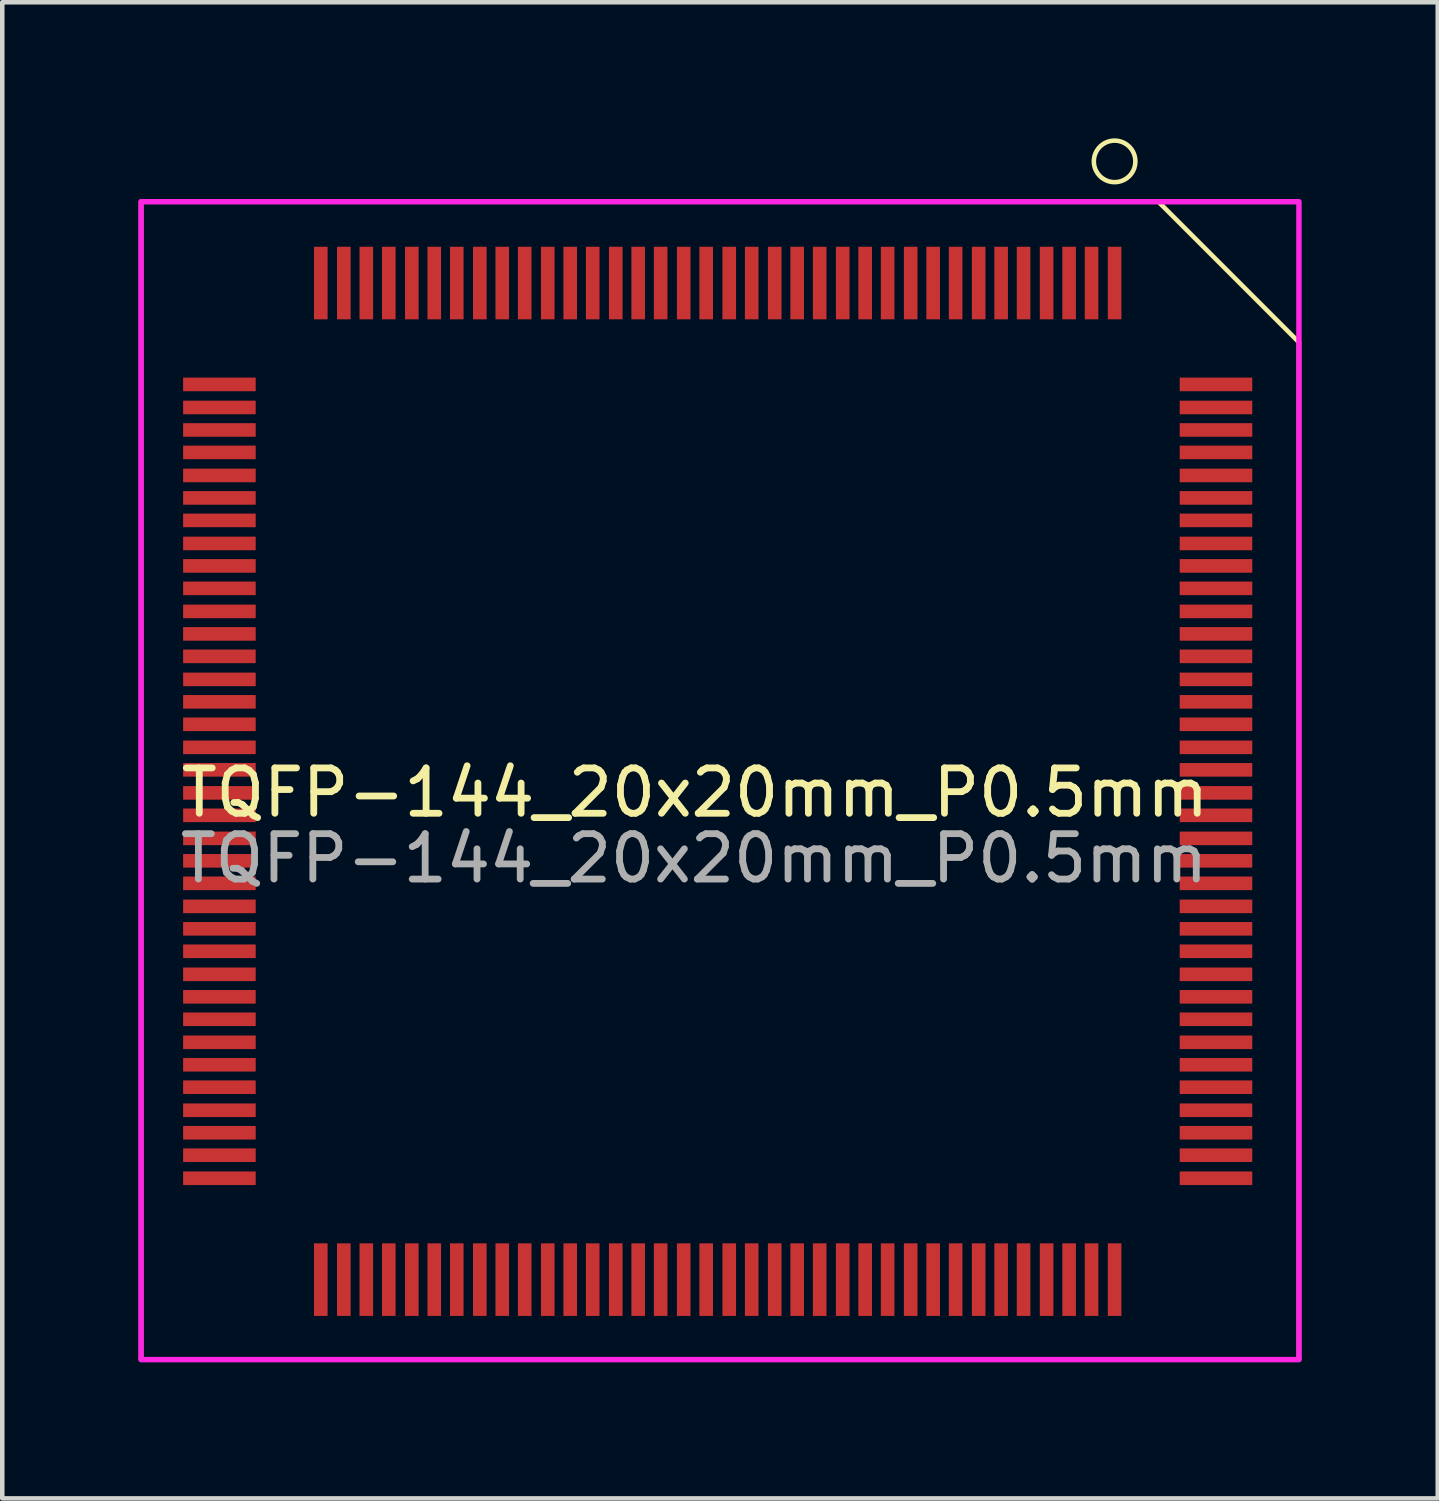
<source format=kicad_pcb>
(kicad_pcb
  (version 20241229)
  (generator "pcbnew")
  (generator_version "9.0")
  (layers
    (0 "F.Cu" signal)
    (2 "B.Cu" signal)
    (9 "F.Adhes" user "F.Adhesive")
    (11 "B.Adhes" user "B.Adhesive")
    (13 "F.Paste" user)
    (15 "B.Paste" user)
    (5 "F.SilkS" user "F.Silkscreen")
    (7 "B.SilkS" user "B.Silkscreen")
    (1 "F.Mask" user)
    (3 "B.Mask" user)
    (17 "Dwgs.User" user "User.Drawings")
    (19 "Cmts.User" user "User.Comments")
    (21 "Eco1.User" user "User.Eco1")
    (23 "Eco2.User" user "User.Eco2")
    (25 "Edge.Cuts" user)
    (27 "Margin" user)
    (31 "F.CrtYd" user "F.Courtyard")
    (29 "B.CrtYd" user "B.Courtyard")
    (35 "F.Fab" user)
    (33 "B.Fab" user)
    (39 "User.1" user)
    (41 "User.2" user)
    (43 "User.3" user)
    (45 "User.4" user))
  (footprint "TQFP-144_20x20mm_P0.5mm"
    (layer "F.Cu")
    (at 21.523 3.175)
    (property "Reference" "TQFP-144_20x20mm_P0.5mm" (at -9.251 11.25 0) (layer "F.SilkS") (effects (font (size 1 1) (thickness 0.15))))
    (attr smd)
    (fp_line (start -21.463 -1.778) (end -21.463 23.749) (stroke (width 0.1) (type solid)) (layer "F.SilkS"))
    (fp_line (start -21.463 -1.778) (end 0.965 -1.778) (stroke (width 0.1) (type solid)) (layer "F.SilkS"))
    (fp_line (start 4.064 1.321) (end 0.965 -1.778) (stroke (width 0.1) (type solid)) (layer "F.SilkS"))
    (fp_line (start 4.064 1.321) (end 4.064 23.749) (stroke (width 0.1) (type solid)) (layer "F.SilkS"))
    (fp_line (start 4.064 23.749) (end -21.463 23.749) (stroke (width 0.1) (type solid)) (layer "F.SilkS"))
    (fp_circle (center 0 -2.667) (end -0.381 -2.921) (stroke (width 0.1) (type solid)) (fill no) (layer "F.SilkS"))
    (fp_rect (start -21.463 -1.778) (end 4.064 23.749) (stroke (width 0.12) (type solid)) (fill no) (layer "F.CrtYd"))
    (fp_text user "${REFERENCE}" (at -9.271 12.7 0) (layer "F.Fab") (effects (font (size 1 1) (thickness 0.15))))
    (pad "1" smd rect (at 0 0.015) (size 0.3 1.6) (layers "F.Cu" "F.Mask" "F.Paste"))
    (pad "2" smd rect (at -0.508 0.015) (size 0.3 1.6) (layers "F.Cu" "F.Mask" "F.Paste"))
    (pad "3" smd rect (at -1.003 0.015) (size 0.3 1.6) (layers "F.Cu" "F.Mask" "F.Paste"))
    (pad "4" smd rect (at -1.499 0.015) (size 0.3 1.6) (layers "F.Cu" "F.Mask" "F.Paste"))
    (pad "5" smd rect (at -2.007 0.015) (size 0.3 1.6) (layers "F.Cu" "F.Mask" "F.Paste"))
    (pad "6" smd rect (at -2.502 0.015) (size 0.3 1.6) (layers "F.Cu" "F.Mask" "F.Paste"))
    (pad "7" smd rect (at -2.997 0.015) (size 0.3 1.6) (layers "F.Cu" "F.Mask" "F.Paste"))
    (pad "8" smd rect (at -3.505 0.015) (size 0.3 1.6) (layers "F.Cu" "F.Mask" "F.Paste"))
    (pad "9" smd rect (at -4 0.015) (size 0.3 1.6) (layers "F.Cu" "F.Mask" "F.Paste"))
    (pad "10" smd rect (at -4.496 0.015) (size 0.3 1.6) (layers "F.Cu" "F.Mask" "F.Paste"))
    (pad "11" smd rect (at -5.004 0.015) (size 0.3 1.6) (layers "F.Cu" "F.Mask" "F.Paste"))
    (pad "12" smd rect (at -5.499 0.015) (size 0.3 1.6) (layers "F.Cu" "F.Mask" "F.Paste"))
    (pad "13" smd rect (at -5.994 0.015) (size 0.3 1.6) (layers "F.Cu" "F.Mask" "F.Paste"))
    (pad "14" smd rect (at -6.502 0.015) (size 0.3 1.6) (layers "F.Cu" "F.Mask" "F.Paste"))
    (pad "15" smd rect (at -6.998 0.015) (size 0.3 1.6) (layers "F.Cu" "F.Mask" "F.Paste"))
    (pad "16" smd rect (at -7.493 0.015) (size 0.3 1.6) (layers "F.Cu" "F.Mask" "F.Paste"))
    (pad "17" smd rect (at -8.001 0.015) (size 0.3 1.6) (layers "F.Cu" "F.Mask" "F.Paste"))
    (pad "18" smd rect (at -8.496 0.015) (size 0.3 1.6) (layers "F.Cu" "F.Mask" "F.Paste"))
    (pad "19" smd rect (at -9.004 0.015) (size 0.3 1.6) (layers "F.Cu" "F.Mask" "F.Paste"))
    (pad "20" smd rect (at -9.5 0.015) (size 0.3 1.6) (layers "F.Cu" "F.Mask" "F.Paste"))
    (pad "21" smd rect (at -10.008 0.015) (size 0.3 1.6) (layers "F.Cu" "F.Mask" "F.Paste"))
    (pad "22" smd rect (at -10.503 0.015) (size 0.3 1.6) (layers "F.Cu" "F.Mask" "F.Paste"))
    (pad "23" smd rect (at -10.998 0.015) (size 0.3 1.6) (layers "F.Cu" "F.Mask" "F.Paste"))
    (pad "24" smd rect (at -11.506 0.015) (size 0.3 1.6) (layers "F.Cu" "F.Mask" "F.Paste"))
    (pad "25" smd rect (at -12.002 0.015) (size 0.3 1.6) (layers "F.Cu" "F.Mask" "F.Paste"))
    (pad "26" smd rect (at -12.497 0.015) (size 0.3 1.6) (layers "F.Cu" "F.Mask" "F.Paste"))
    (pad "27" smd rect (at -13.005 0.015) (size 0.3 1.6) (layers "F.Cu" "F.Mask" "F.Paste"))
    (pad "28" smd rect (at -13.5 0.015) (size 0.3 1.6) (layers "F.Cu" "F.Mask" "F.Paste"))
    (pad "29" smd rect (at -13.995 0.015) (size 0.3 1.6) (layers "F.Cu" "F.Mask" "F.Paste"))
    (pad "30" smd rect (at -14.503 0.015) (size 0.3 1.6) (layers "F.Cu" "F.Mask" "F.Paste"))
    (pad "31" smd rect (at -14.999 0.015) (size 0.3 1.6) (layers "F.Cu" "F.Mask" "F.Paste"))
    (pad "32" smd rect (at -15.494 0.015) (size 0.3 1.6) (layers "F.Cu" "F.Mask" "F.Paste"))
    (pad "33" smd rect (at -16.002 0.015) (size 0.3 1.6) (layers "F.Cu" "F.Mask" "F.Paste"))
    (pad "34" smd rect (at -16.497 0.015) (size 0.3 1.6) (layers "F.Cu" "F.Mask" "F.Paste"))
    (pad "35" smd rect (at -16.993 0.015) (size 0.3 1.6) (layers "F.Cu" "F.Mask" "F.Paste"))
    (pad "36" smd rect (at -17.501 0.015) (size 0.3 1.6) (layers "F.Cu" "F.Mask" "F.Paste"))
    (pad "37" smd rect (at -19.736 2.25) (size 1.6 0.3) (layers "F.Cu" "F.Mask" "F.Paste"))
    (pad "38" smd rect (at -19.736 2.758) (size 1.6 0.3) (layers "F.Cu" "F.Mask" "F.Paste"))
    (pad "39" smd rect (at -19.736 3.254) (size 1.6 0.3) (layers "F.Cu" "F.Mask" "F.Paste"))
    (pad "40" smd rect (at -19.736 3.749) (size 1.6 0.3) (layers "F.Cu" "F.Mask" "F.Paste"))
    (pad "41" smd rect (at -19.736 4.257) (size 1.6 0.3) (layers "F.Cu" "F.Mask" "F.Paste"))
    (pad "42" smd rect (at -19.736 4.752) (size 1.6 0.3) (layers "F.Cu" "F.Mask" "F.Paste"))
    (pad "43" smd rect (at -19.736 5.248) (size 1.6 0.3) (layers "F.Cu" "F.Mask" "F.Paste"))
    (pad "44" smd rect (at -19.736 5.756) (size 1.6 0.3) (layers "F.Cu" "F.Mask" "F.Paste"))
    (pad "45" smd rect (at -19.736 6.251) (size 1.6 0.3) (layers "F.Cu" "F.Mask" "F.Paste"))
    (pad "46" smd rect (at -19.736 6.746) (size 1.6 0.3) (layers "F.Cu" "F.Mask" "F.Paste"))
    (pad "47" smd rect (at -19.736 7.254) (size 1.6 0.3) (layers "F.Cu" "F.Mask" "F.Paste"))
    (pad "48" smd rect (at -19.736 7.75) (size 1.6 0.3) (layers "F.Cu" "F.Mask" "F.Paste"))
    (pad "49" smd rect (at -19.736 8.245) (size 1.6 0.3) (layers "F.Cu" "F.Mask" "F.Paste"))
    (pad "50" smd rect (at -19.736 8.753) (size 1.6 0.3) (layers "F.Cu" "F.Mask" "F.Paste"))
    (pad "51" smd rect (at -19.736 9.248) (size 1.6 0.3) (layers "F.Cu" "F.Mask" "F.Paste"))
    (pad "52" smd rect (at -19.736 9.743) (size 1.6 0.3) (layers "F.Cu" "F.Mask" "F.Paste"))
    (pad "53" smd rect (at -19.736 10.251) (size 1.6 0.3) (layers "F.Cu" "F.Mask" "F.Paste"))
    (pad "54" smd rect (at -19.736 10.747) (size 1.6 0.3) (layers "F.Cu" "F.Mask" "F.Paste"))
    (pad "55" smd rect (at -19.736 11.255) (size 1.6 0.3) (layers "F.Cu" "F.Mask" "F.Paste"))
    (pad "56" smd rect (at -19.736 11.75) (size 1.6 0.3) (layers "F.Cu" "F.Mask" "F.Paste"))
    (pad "57" smd rect (at -19.736 12.258) (size 1.6 0.3) (layers "F.Cu" "F.Mask" "F.Paste"))
    (pad "58" smd rect (at -19.736 12.753) (size 1.6 0.3) (layers "F.Cu" "F.Mask" "F.Paste"))
    (pad "59" smd rect (at -19.736 13.249) (size 1.6 0.3) (layers "F.Cu" "F.Mask" "F.Paste"))
    (pad "60" smd rect (at -19.736 13.757) (size 1.6 0.3) (layers "F.Cu" "F.Mask" "F.Paste"))
    (pad "61" smd rect (at -19.736 14.252) (size 1.6 0.3) (layers "F.Cu" "F.Mask" "F.Paste"))
    (pad "62" smd rect (at -19.736 14.747) (size 1.6 0.3) (layers "F.Cu" "F.Mask" "F.Paste"))
    (pad "63" smd rect (at -19.736 15.255) (size 1.6 0.3) (layers "F.Cu" "F.Mask" "F.Paste"))
    (pad "64" smd rect (at -19.736 15.751) (size 1.6 0.3) (layers "F.Cu" "F.Mask" "F.Paste"))
    (pad "65" smd rect (at -19.736 16.246) (size 1.6 0.3) (layers "F.Cu" "F.Mask" "F.Paste"))
    (pad "66" smd rect (at -19.736 16.754) (size 1.6 0.3) (layers "F.Cu" "F.Mask" "F.Paste"))
    (pad "67" smd rect (at -19.736 17.249) (size 1.6 0.3) (layers "F.Cu" "F.Mask" "F.Paste"))
    (pad "68" smd rect (at -19.736 17.744) (size 1.6 0.3) (layers "F.Cu" "F.Mask" "F.Paste"))
    (pad "69" smd rect (at -19.736 18.252) (size 1.6 0.3) (layers "F.Cu" "F.Mask" "F.Paste"))
    (pad "70" smd rect (at -19.736 18.748) (size 1.6 0.3) (layers "F.Cu" "F.Mask" "F.Paste"))
    (pad "71" smd rect (at -19.736 19.243) (size 1.6 0.3) (layers "F.Cu" "F.Mask" "F.Paste"))
    (pad "72" smd rect (at -19.736 19.751) (size 1.6 0.3) (layers "F.Cu" "F.Mask" "F.Paste"))
    (pad "73" smd rect (at -17.501 21.986) (size 0.3 1.6) (layers "F.Cu" "F.Mask" "F.Paste"))
    (pad "74" smd rect (at -16.993 21.986) (size 0.3 1.6) (layers "F.Cu" "F.Mask" "F.Paste"))
    (pad "75" smd rect (at -16.497 21.986) (size 0.3 1.6) (layers "F.Cu" "F.Mask" "F.Paste"))
    (pad "76" smd rect (at -16.002 21.986) (size 0.3 1.6) (layers "F.Cu" "F.Mask" "F.Paste"))
    (pad "77" smd rect (at -15.494 21.986) (size 0.3 1.6) (layers "F.Cu" "F.Mask" "F.Paste"))
    (pad "78" smd rect (at -14.999 21.986) (size 0.3 1.6) (layers "F.Cu" "F.Mask" "F.Paste"))
    (pad "79" smd rect (at -14.503 21.986) (size 0.3 1.6) (layers "F.Cu" "F.Mask" "F.Paste"))
    (pad "80" smd rect (at -13.995 21.986) (size 0.3 1.6) (layers "F.Cu" "F.Mask" "F.Paste"))
    (pad "81" smd rect (at -13.5 21.986) (size 0.3 1.6) (layers "F.Cu" "F.Mask" "F.Paste"))
    (pad "82" smd rect (at -13.005 21.986) (size 0.3 1.6) (layers "F.Cu" "F.Mask" "F.Paste"))
    (pad "83" smd rect (at -12.497 21.986) (size 0.3 1.6) (layers "F.Cu" "F.Mask" "F.Paste"))
    (pad "84" smd rect (at -12.002 21.986) (size 0.3 1.6) (layers "F.Cu" "F.Mask" "F.Paste"))
    (pad "85" smd rect (at -11.506 21.986) (size 0.3 1.6) (layers "F.Cu" "F.Mask" "F.Paste"))
    (pad "86" smd rect (at -10.998 21.986) (size 0.3 1.6) (layers "F.Cu" "F.Mask" "F.Paste"))
    (pad "87" smd rect (at -10.503 21.986) (size 0.3 1.6) (layers "F.Cu" "F.Mask" "F.Paste"))
    (pad "88" smd rect (at -10.008 21.986) (size 0.3 1.6) (layers "F.Cu" "F.Mask" "F.Paste"))
    (pad "89" smd rect (at -9.5 21.986) (size 0.3 1.6) (layers "F.Cu" "F.Mask" "F.Paste"))
    (pad "90" smd rect (at -9.004 21.986) (size 0.3 1.6) (layers "F.Cu" "F.Mask" "F.Paste"))
    (pad "91" smd rect (at -8.496 21.986) (size 0.3 1.6) (layers "F.Cu" "F.Mask" "F.Paste"))
    (pad "92" smd rect (at -8.001 21.986) (size 0.3 1.6) (layers "F.Cu" "F.Mask" "F.Paste"))
    (pad "93" smd rect (at -7.493 21.986) (size 0.3 1.6) (layers "F.Cu" "F.Mask" "F.Paste"))
    (pad "94" smd rect (at -6.998 21.986) (size 0.3 1.6) (layers "F.Cu" "F.Mask" "F.Paste"))
    (pad "95" smd rect (at -6.502 21.986) (size 0.3 1.6) (layers "F.Cu" "F.Mask" "F.Paste"))
    (pad "96" smd rect (at -5.994 21.986) (size 0.3 1.6) (layers "F.Cu" "F.Mask" "F.Paste"))
    (pad "97" smd rect (at -5.499 21.986) (size 0.3 1.6) (layers "F.Cu" "F.Mask" "F.Paste"))
    (pad "98" smd rect (at -5.004 21.986) (size 0.3 1.6) (layers "F.Cu" "F.Mask" "F.Paste"))
    (pad "99" smd rect (at -4.496 21.986) (size 0.3 1.6) (layers "F.Cu" "F.Mask" "F.Paste"))
    (pad "100" smd rect (at -4 21.986) (size 0.3 1.6) (layers "F.Cu" "F.Mask" "F.Paste"))
    (pad "101" smd rect (at -3.505 21.986) (size 0.3 1.6) (layers "F.Cu" "F.Mask" "F.Paste"))
    (pad "102" smd rect (at -2.997 21.986) (size 0.3 1.6) (layers "F.Cu" "F.Mask" "F.Paste"))
    (pad "103" smd rect (at -2.502 21.986) (size 0.3 1.6) (layers "F.Cu" "F.Mask" "F.Paste"))
    (pad "104" smd rect (at -2.007 21.986) (size 0.3 1.6) (layers "F.Cu" "F.Mask" "F.Paste"))
    (pad "105" smd rect (at -1.499 21.986) (size 0.3 1.6) (layers "F.Cu" "F.Mask" "F.Paste"))
    (pad "106" smd rect (at -1.003 21.986) (size 0.3 1.6) (layers "F.Cu" "F.Mask" "F.Paste"))
    (pad "107" smd rect (at -0.508 21.986) (size 0.3 1.6) (layers "F.Cu" "F.Mask" "F.Paste"))
    (pad "108" smd rect (at 0 21.986) (size 0.3 1.6) (layers "F.Cu" "F.Mask" "F.Paste"))
    (pad "109" smd rect (at 2.235 19.751) (size 1.6 0.3) (layers "F.Cu" "F.Mask" "F.Paste"))
    (pad "110" smd rect (at 2.235 19.243) (size 1.6 0.3) (layers "F.Cu" "F.Mask" "F.Paste"))
    (pad "111" smd rect (at 2.235 18.748) (size 1.6 0.3) (layers "F.Cu" "F.Mask" "F.Paste"))
    (pad "112" smd rect (at 2.235 18.252) (size 1.6 0.3) (layers "F.Cu" "F.Mask" "F.Paste"))
    (pad "113" smd rect (at 2.235 17.744) (size 1.6 0.3) (layers "F.Cu" "F.Mask" "F.Paste"))
    (pad "114" smd rect (at 2.235 17.249) (size 1.6 0.3) (layers "F.Cu" "F.Mask" "F.Paste"))
    (pad "115" smd rect (at 2.235 16.754) (size 1.6 0.3) (layers "F.Cu" "F.Mask" "F.Paste"))
    (pad "116" smd rect (at 2.235 16.246) (size 1.6 0.3) (layers "F.Cu" "F.Mask" "F.Paste"))
    (pad "117" smd rect (at 2.235 15.751) (size 1.6 0.3) (layers "F.Cu" "F.Mask" "F.Paste"))
    (pad "118" smd rect (at 2.235 15.255) (size 1.6 0.3) (layers "F.Cu" "F.Mask" "F.Paste"))
    (pad "119" smd rect (at 2.235 14.747) (size 1.6 0.3) (layers "F.Cu" "F.Mask" "F.Paste"))
    (pad "120" smd rect (at 2.235 14.252) (size 1.6 0.3) (layers "F.Cu" "F.Mask" "F.Paste"))
    (pad "121" smd rect (at 2.235 13.757) (size 1.6 0.3) (layers "F.Cu" "F.Mask" "F.Paste"))
    (pad "122" smd rect (at 2.235 13.249) (size 1.6 0.3) (layers "F.Cu" "F.Mask" "F.Paste"))
    (pad "123" smd rect (at 2.235 12.753) (size 1.6 0.3) (layers "F.Cu" "F.Mask" "F.Paste"))
    (pad "124" smd rect (at 2.235 12.258) (size 1.6 0.3) (layers "F.Cu" "F.Mask" "F.Paste"))
    (pad "125" smd rect (at 2.235 11.75) (size 1.6 0.3) (layers "F.Cu" "F.Mask" "F.Paste"))
    (pad "126" smd rect (at 2.235 11.255) (size 1.6 0.3) (layers "F.Cu" "F.Mask" "F.Paste"))
    (pad "127" smd rect (at 2.235 10.747) (size 1.6 0.3) (layers "F.Cu" "F.Mask" "F.Paste"))
    (pad "128" smd rect (at 2.235 10.251) (size 1.6 0.3) (layers "F.Cu" "F.Mask" "F.Paste"))
    (pad "129" smd rect (at 2.235 9.743) (size 1.6 0.3) (layers "F.Cu" "F.Mask" "F.Paste"))
    (pad "130" smd rect (at 2.235 9.248) (size 1.6 0.3) (layers "F.Cu" "F.Mask" "F.Paste"))
    (pad "131" smd rect (at 2.235 8.753) (size 1.6 0.3) (layers "F.Cu" "F.Mask" "F.Paste"))
    (pad "132" smd rect (at 2.235 8.245) (size 1.6 0.3) (layers "F.Cu" "F.Mask" "F.Paste"))
    (pad "133" smd rect (at 2.235 7.75) (size 1.6 0.3) (layers "F.Cu" "F.Mask" "F.Paste"))
    (pad "134" smd rect (at 2.235 7.254) (size 1.6 0.3) (layers "F.Cu" "F.Mask" "F.Paste"))
    (pad "135" smd rect (at 2.235 6.746) (size 1.6 0.3) (layers "F.Cu" "F.Mask" "F.Paste"))
    (pad "136" smd rect (at 2.235 6.251) (size 1.6 0.3) (layers "F.Cu" "F.Mask" "F.Paste"))
    (pad "137" smd rect (at 2.235 5.756) (size 1.6 0.3) (layers "F.Cu" "F.Mask" "F.Paste"))
    (pad "138" smd rect (at 2.235 5.248) (size 1.6 0.3) (layers "F.Cu" "F.Mask" "F.Paste"))
    (pad "139" smd rect (at 2.235 4.752) (size 1.6 0.3) (layers "F.Cu" "F.Mask" "F.Paste"))
    (pad "140" smd rect (at 2.235 4.257) (size 1.6 0.3) (layers "F.Cu" "F.Mask" "F.Paste"))
    (pad "141" smd rect (at 2.235 3.749) (size 1.6 0.3) (layers "F.Cu" "F.Mask" "F.Paste"))
    (pad "142" smd rect (at 2.235 3.254) (size 1.6 0.3) (layers "F.Cu" "F.Mask" "F.Paste"))
    (pad "143" smd rect (at 2.235 2.758) (size 1.6 0.3) (layers "F.Cu" "F.Mask" "F.Paste"))
    (pad "144" smd rect (at 2.235 2.25) (size 1.6 0.3) (layers "F.Cu" "F.Mask" "F.Paste")))
  (gr_rect
    (start -3 -3)
    (end 28.647 29.984)
    (stroke (width 0.1) (type default))
    (fill no)
    (layer "Edge.Cuts")))
</source>
